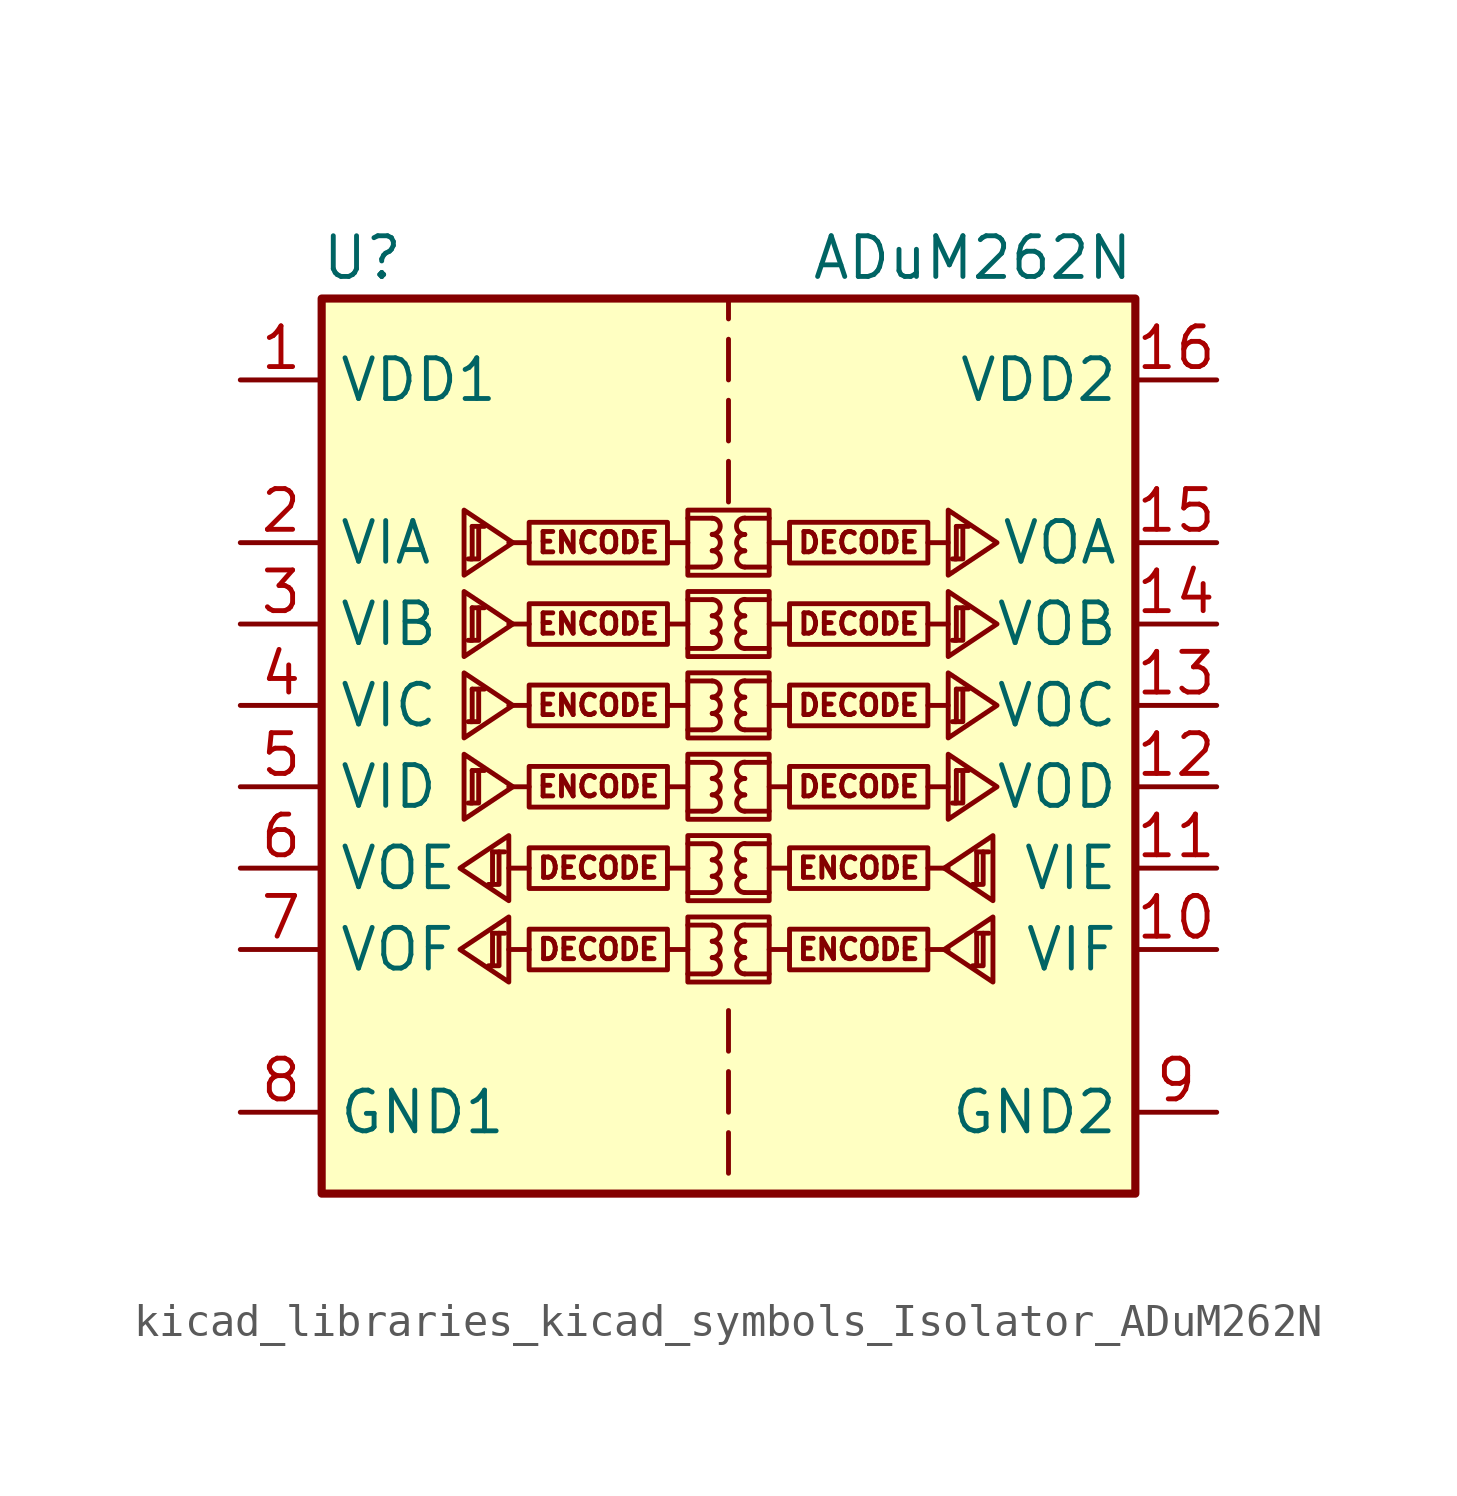
<source format=kicad_sym>
(kicad_symbol_lib
  (version 20220914)
  (generator kicad_symbol_editor)
  (symbol "kicad_libraries_kicad_symbols_Isolator_ADuM262N"
    (property "Reference" "U"
      (at -11.43 16.51 0)
      (effects (font (size 1.27 1.27))))
    (property "Value" "ADuM262N"
      (at 7.62 16.51 0)
      (effects (font (size 1.27 1.27))))
    (symbol "kicad_libraries_kicad_symbols_Isolator_ADuM262N_1_0"
      (rectangle (start -1.27 -4.064) (end 1.27 -6.096) (stroke (width 0) (type default)) (fill (type none)))
      (rectangle (start -1.27 -1.524) (end 1.27 -3.556) (stroke (width 0) (type default)) (fill (type none)))
      (rectangle (start -1.27 1.016) (end 1.27 -1.016) (stroke (width 0) (type default)) (fill (type none)))
      (rectangle (start -1.27 3.556) (end 1.27 1.524) (stroke (width 0) (type default)) (fill (type none)))
      (rectangle (start -1.27 6.096) (end 1.27 4.064) (stroke (width 0) (type default)) (fill (type none)))
      (rectangle (start -1.27 8.636) (end 1.27 6.604) (stroke (width 0) (type default)) (fill (type none)))
      (arc (start -0.508 -5.842) (mid -0.2551 -5.588) (end -0.508 -5.334) (stroke (width 0) (type default)) (fill (type none)))
      (arc (start -0.508 -5.334) (mid -0.2551 -5.08) (end -0.508 -4.826) (stroke (width 0) (type default)) (fill (type none)))
      (arc (start -0.508 -4.826) (mid -0.2551 -4.572) (end -0.508 -4.318) (stroke (width 0) (type default)) (fill (type none)))
      (arc (start -0.508 -3.302) (mid -0.2551 -3.048) (end -0.508 -2.794) (stroke (width 0) (type default)) (fill (type none)))
      (arc (start -0.508 -2.794) (mid -0.2551 -2.54) (end -0.508 -2.286) (stroke (width 0) (type default)) (fill (type none)))
      (arc (start -0.508 -2.286) (mid -0.2551 -2.032) (end -0.508 -1.778) (stroke (width 0) (type default)) (fill (type none)))
      (arc (start -0.508 -0.762) (mid -0.2551 -0.508) (end -0.508 -0.254) (stroke (width 0) (type default)) (fill (type none)))
      (arc (start -0.508 -0.254) (mid -0.2551 0) (end -0.508 0.254) (stroke (width 0) (type default)) (fill (type none)))
      (arc (start -0.508 0.254) (mid -0.2551 0.508) (end -0.508 0.762) (stroke (width 0) (type default)) (fill (type none)))
      (arc (start -0.508 1.778) (mid -0.2551 2.032) (end -0.508 2.286) (stroke (width 0) (type default)) (fill (type none)))
      (arc (start -0.508 2.286) (mid -0.2551 2.54) (end -0.508 2.794) (stroke (width 0) (type default)) (fill (type none)))
      (arc (start -0.508 2.794) (mid -0.2551 3.048) (end -0.508 3.302) (stroke (width 0) (type default)) (fill (type none)))
      (arc (start -0.508 4.318) (mid -0.2551 4.572) (end -0.508 4.826) (stroke (width 0) (type default)) (fill (type none)))
      (arc (start -0.508 4.826) (mid -0.2551 5.08) (end -0.508 5.334) (stroke (width 0) (type default)) (fill (type none)))
      (arc (start -0.508 5.334) (mid -0.2551 5.588) (end -0.508 5.842) (stroke (width 0) (type default)) (fill (type none)))
      (arc (start -0.508 6.858) (mid -0.2551 7.112) (end -0.508 7.366) (stroke (width 0) (type default)) (fill (type none)))
      (arc (start -0.508 7.366) (mid -0.2551 7.62) (end -0.508 7.874) (stroke (width 0) (type default)) (fill (type none)))
      (arc (start -0.508 7.874) (mid -0.2551 8.128) (end -0.508 8.382) (stroke (width 0) (type default)) (fill (type none)))
      (polyline (pts (xy -6.223 -5.08) (xy -6.858 -5.08)) (stroke (width 0) (type default)) (fill (type none)))
      (polyline (pts (xy -6.223 -2.54) (xy -6.858 -2.54)) (stroke (width 0) (type default)) (fill (type none)))
      (polyline (pts (xy -6.223 0) (xy -6.858 0)) (stroke (width 0) (type default)) (fill (type none)))
      (polyline (pts (xy -6.223 2.54) (xy -6.858 2.54)) (stroke (width 0) (type default)) (fill (type none)))
      (polyline (pts (xy -6.223 5.08) (xy -6.858 5.08)) (stroke (width 0) (type default)) (fill (type none)))
      (polyline (pts (xy -6.223 7.62) (xy -6.858 7.62)) (stroke (width 0) (type default)) (fill (type none)))
      (polyline (pts (xy -1.905 -5.08) (xy -1.27 -5.08)) (stroke (width 0) (type default)) (fill (type none)))
      (polyline (pts (xy -1.905 -2.54) (xy -1.27 -2.54)) (stroke (width 0) (type default)) (fill (type none)))
      (polyline (pts (xy -1.905 0) (xy -1.27 0)) (stroke (width 0) (type default)) (fill (type none)))
      (polyline (pts (xy -1.905 2.54) (xy -1.27 2.54)) (stroke (width 0) (type default)) (fill (type none)))
      (polyline (pts (xy -1.905 5.08) (xy -1.27 5.08)) (stroke (width 0) (type default)) (fill (type none)))
      (polyline (pts (xy -1.905 7.62) (xy -1.27 7.62)) (stroke (width 0) (type default)) (fill (type none)))
      (polyline (pts (xy -1.27 -5.842) (xy -0.508 -5.842)) (stroke (width 0) (type default)) (fill (type none)))
      (polyline (pts (xy -1.27 -4.318) (xy -0.508 -4.318)) (stroke (width 0) (type default)) (fill (type none)))
      (polyline (pts (xy -1.27 -3.302) (xy -0.508 -3.302)) (stroke (width 0) (type default)) (fill (type none)))
      (polyline (pts (xy -1.27 -1.778) (xy -0.508 -1.778)) (stroke (width 0) (type default)) (fill (type none)))
      (polyline (pts (xy -1.27 -0.762) (xy -0.508 -0.762)) (stroke (width 0) (type default)) (fill (type none)))
      (polyline (pts (xy -1.27 0.762) (xy -0.508 0.762)) (stroke (width 0) (type default)) (fill (type none)))
      (polyline (pts (xy -1.27 1.778) (xy -0.508 1.778)) (stroke (width 0) (type default)) (fill (type none)))
      (polyline (pts (xy -1.27 3.302) (xy -0.508 3.302)) (stroke (width 0) (type default)) (fill (type none)))
      (polyline (pts (xy -1.27 4.318) (xy -0.508 4.318)) (stroke (width 0) (type default)) (fill (type none)))
      (polyline (pts (xy -1.27 5.842) (xy -0.508 5.842)) (stroke (width 0) (type default)) (fill (type none)))
      (polyline (pts (xy -1.27 6.858) (xy -0.508 6.858)) (stroke (width 0) (type default)) (fill (type none)))
      (polyline (pts (xy -1.27 8.382) (xy -0.508 8.382)) (stroke (width 0) (type default)) (fill (type none)))
      (polyline (pts (xy 0 -10.795) (xy 0 -12.065)) (stroke (width 0) (type default)) (fill (type none)))
      (polyline (pts (xy 0 -8.89) (xy 0 -10.16)) (stroke (width 0) (type default)) (fill (type none)))
      (polyline (pts (xy 0 -6.985) (xy 0 -8.255)) (stroke (width 0) (type default)) (fill (type none)))
      (polyline (pts (xy 0 8.89) (xy 0 10.16)) (stroke (width 0) (type default)) (fill (type none)))
      (polyline (pts (xy 0 10.795) (xy 0 12.065)) (stroke (width 0) (type default)) (fill (type none)))
      (polyline (pts (xy 0 12.7) (xy 0 13.97)) (stroke (width 0) (type default)) (fill (type none)))
      (polyline (pts (xy 0 15.24) (xy 0 14.605)) (stroke (width 0) (type default)) (fill (type none)))
      (polyline (pts (xy 1.27 -5.842) (xy 0.508 -5.842)) (stroke (width 0) (type default)) (fill (type none)))
      (polyline (pts (xy 1.27 -4.318) (xy 0.508 -4.318)) (stroke (width 0) (type default)) (fill (type none)))
      (polyline (pts (xy 1.27 -3.302) (xy 0.508 -3.302)) (stroke (width 0) (type default)) (fill (type none)))
      (polyline (pts (xy 1.27 -1.778) (xy 0.508 -1.778)) (stroke (width 0) (type default)) (fill (type none)))
      (polyline (pts (xy 1.27 -0.762) (xy 0.508 -0.762)) (stroke (width 0) (type default)) (fill (type none)))
      (polyline (pts (xy 1.27 0.762) (xy 0.508 0.762)) (stroke (width 0) (type default)) (fill (type none)))
      (polyline (pts (xy 1.27 1.778) (xy 0.508 1.778)) (stroke (width 0) (type default)) (fill (type none)))
      (polyline (pts (xy 1.27 3.302) (xy 0.508 3.302)) (stroke (width 0) (type default)) (fill (type none)))
      (polyline (pts (xy 1.27 4.318) (xy 0.508 4.318)) (stroke (width 0) (type default)) (fill (type none)))
      (polyline (pts (xy 1.27 5.842) (xy 0.508 5.842)) (stroke (width 0) (type default)) (fill (type none)))
      (polyline (pts (xy 1.27 6.858) (xy 0.508 6.858)) (stroke (width 0) (type default)) (fill (type none)))
      (polyline (pts (xy 1.27 8.382) (xy 0.508 8.382)) (stroke (width 0) (type default)) (fill (type none)))
      (polyline (pts (xy 1.905 -5.08) (xy 1.27 -5.08)) (stroke (width 0) (type default)) (fill (type none)))
      (polyline (pts (xy 1.905 -2.54) (xy 1.27 -2.54)) (stroke (width 0) (type default)) (fill (type none)))
      (polyline (pts (xy 1.905 0) (xy 1.27 0)) (stroke (width 0) (type default)) (fill (type none)))
      (polyline (pts (xy 1.905 2.54) (xy 1.27 2.54)) (stroke (width 0) (type default)) (fill (type none)))
      (polyline (pts (xy 1.905 5.08) (xy 1.27 5.08)) (stroke (width 0) (type default)) (fill (type none)))
      (polyline (pts (xy 1.905 7.62) (xy 1.27 7.62)) (stroke (width 0) (type default)) (fill (type none)))
      (polyline (pts (xy 6.223 -5.08) (xy 6.858 -5.08)) (stroke (width 0) (type default)) (fill (type none)))
      (polyline (pts (xy 6.223 -2.54) (xy 6.858 -2.54)) (stroke (width 0) (type default)) (fill (type none)))
      (polyline (pts (xy 6.223 0) (xy 6.858 0)) (stroke (width 0) (type default)) (fill (type none)))
      (polyline (pts (xy 6.223 2.54) (xy 6.858 2.54)) (stroke (width 0) (type default)) (fill (type none)))
      (polyline (pts (xy 6.223 5.08) (xy 6.858 5.08)) (stroke (width 0) (type default)) (fill (type none)))
      (polyline (pts (xy 6.223 7.62) (xy 6.858 7.62)) (stroke (width 0) (type default)) (fill (type none)))
      (arc (start 0.508 -5.334) (mid 0.2551 -5.588) (end 0.508 -5.842) (stroke (width 0) (type default)) (fill (type none)))
      (arc (start 0.508 -4.826) (mid 0.2551 -5.08) (end 0.508 -5.334) (stroke (width 0) (type default)) (fill (type none)))
      (arc (start 0.508 -4.318) (mid 0.2551 -4.572) (end 0.508 -4.826) (stroke (width 0) (type default)) (fill (type none)))
      (arc (start 0.508 -2.794) (mid 0.2551 -3.048) (end 0.508 -3.302) (stroke (width 0) (type default)) (fill (type none)))
      (arc (start 0.508 -2.286) (mid 0.2551 -2.54) (end 0.508 -2.794) (stroke (width 0) (type default)) (fill (type none)))
      (arc (start 0.508 -1.778) (mid 0.2551 -2.032) (end 0.508 -2.286) (stroke (width 0) (type default)) (fill (type none)))
      (arc (start 0.508 -0.254) (mid 0.2551 -0.508) (end 0.508 -0.762) (stroke (width 0) (type default)) (fill (type none)))
      (arc (start 0.508 0.254) (mid 0.2551 0) (end 0.508 -0.254) (stroke (width 0) (type default)) (fill (type none)))
      (arc (start 0.508 0.762) (mid 0.2551 0.508) (end 0.508 0.254) (stroke (width 0) (type default)) (fill (type none)))
      (arc (start 0.508 2.286) (mid 0.2551 2.032) (end 0.508 1.778) (stroke (width 0) (type default)) (fill (type none)))
      (arc (start 0.508 2.794) (mid 0.2551 2.54) (end 0.508 2.286) (stroke (width 0) (type default)) (fill (type none)))
      (arc (start 0.508 3.302) (mid 0.2551 3.048) (end 0.508 2.794) (stroke (width 0) (type default)) (fill (type none)))
      (arc (start 0.508 4.826) (mid 0.2551 4.572) (end 0.508 4.318) (stroke (width 0) (type default)) (fill (type none)))
      (arc (start 0.508 5.334) (mid 0.2551 5.08) (end 0.508 4.826) (stroke (width 0) (type default)) (fill (type none)))
      (arc (start 0.508 5.842) (mid 0.2551 5.588) (end 0.508 5.334) (stroke (width 0) (type default)) (fill (type none)))
      (arc (start 0.508 7.366) (mid 0.2551 7.112) (end 0.508 6.858) (stroke (width 0) (type default)) (fill (type none)))
      (arc (start 0.508 7.874) (mid 0.2551 7.62) (end 0.508 7.366) (stroke (width 0) (type default)) (fill (type none)))
      (arc (start 0.508 8.382) (mid 0.2551 8.128) (end 0.508 7.874) (stroke (width 0) (type default)) (fill (type none)))
      (rectangle (start 1.905 -4.445) (end 6.223 -5.715) (stroke (width 0) (type default)) (fill (type none)))
      (rectangle (start 1.905 -1.905) (end 6.223 -3.175) (stroke (width 0) (type default)) (fill (type none)))
      (rectangle (start 1.905 0.635) (end 6.223 -0.635) (stroke (width 0) (type default)) (fill (type none)))
      (rectangle (start 1.905 3.175) (end 6.223 1.905) (stroke (width 0) (type default)) (fill (type none)))
      (rectangle (start 1.905 5.715) (end 6.223 4.445) (stroke (width 0) (type default)) (fill (type none)))
      (rectangle (start 1.905 8.255) (end 6.223 6.985) (stroke (width 0) (type default)) (fill (type none)))
      (text "DECODE" (at -4.064 -5.08 0) (effects (font (size 0.635 0.635))))
      (text "DECODE" (at -4.064 -2.54 0) (effects (font (size 0.635 0.635))))
      (text "DECODE" (at 4.064 0 0) (effects (font (size 0.635 0.635))))
      (text "DECODE" (at 4.064 2.54 0) (effects (font (size 0.635 0.635))))
      (text "DECODE" (at 4.064 5.08 0) (effects (font (size 0.635 0.635))))
      (text "DECODE" (at 4.064 7.62 0) (effects (font (size 0.635 0.635))))
      (text "ENCODE" (at -4.064 0 0) (effects (font (size 0.635 0.635))))
      (text "ENCODE" (at -4.064 2.54 0) (effects (font (size 0.635 0.635))))
      (text "ENCODE" (at -4.064 5.08 0) (effects (font (size 0.635 0.635))))
      (text "ENCODE" (at -4.064 7.62 0) (effects (font (size 0.635 0.635))))
      (text "ENCODE" (at 4.064 -5.08 0) (effects (font (size 0.635 0.635))))
      (text "ENCODE" (at 4.064 -2.54 0) (effects (font (size 0.635 0.635)))))
    (symbol "kicad_libraries_kicad_symbols_Isolator_ADuM262N_1_1"
      (rectangle (start -12.7 15.24) (end 12.7 -12.7) (stroke (width 0.254) (type default)) (fill (type background)))
      (rectangle (start -1.905 -4.445) (end -6.223 -5.715) (stroke (width 0) (type default)) (fill (type none)))
      (rectangle (start -1.905 -1.905) (end -6.223 -3.175) (stroke (width 0) (type default)) (fill (type none)))
      (rectangle (start -1.905 0.635) (end -6.223 -0.635) (stroke (width 0) (type default)) (fill (type none)))
      (rectangle (start -1.905 3.175) (end -6.223 1.905) (stroke (width 0) (type default)) (fill (type none)))
      (rectangle (start -1.905 5.715) (end -6.223 4.445) (stroke (width 0) (type default)) (fill (type none)))
      (rectangle (start -1.905 8.255) (end -6.223 6.985) (stroke (width 0) (type default)) (fill (type none)))
      (polyline (pts (xy -8.001 0.508) (xy -7.62 0.508)) (stroke (width 0) (type default)) (fill (type none)))
      (polyline (pts (xy -8.001 3.048) (xy -7.62 3.048)) (stroke (width 0) (type default)) (fill (type none)))
      (polyline (pts (xy -8.001 5.588) (xy -7.62 5.588)) (stroke (width 0) (type default)) (fill (type none)))
      (polyline (pts (xy -8.001 8.128) (xy -7.62 8.128)) (stroke (width 0) (type default)) (fill (type none)))
      (polyline (pts (xy -7.366 -4.572) (xy -6.985 -4.572)) (stroke (width 0) (type default)) (fill (type none)))
      (polyline (pts (xy -7.366 -2.032) (xy -6.985 -2.032)) (stroke (width 0) (type default)) (fill (type none)))
      (polyline (pts (xy 7.112 0.508) (xy 7.493 0.508)) (stroke (width 0) (type default)) (fill (type none)))
      (polyline (pts (xy 7.112 3.048) (xy 7.493 3.048)) (stroke (width 0) (type default)) (fill (type none)))
      (polyline (pts (xy 7.112 5.588) (xy 7.493 5.588)) (stroke (width 0) (type default)) (fill (type none)))
      (polyline (pts (xy 7.112 8.128) (xy 7.493 8.128)) (stroke (width 0) (type default)) (fill (type none)))
      (polyline (pts (xy 7.747 -4.572) (xy 8.128 -4.572)) (stroke (width 0) (type default)) (fill (type none)))
      (polyline (pts (xy 7.747 -2.032) (xy 8.128 -2.032)) (stroke (width 0) (type default)) (fill (type none)))
      (polyline (pts (xy -8.052 -0.508) (xy -7.798 -0.508) (xy -7.798 0.508)) (stroke (width 0) (type default)) (fill (type none)))
      (polyline (pts (xy -8.052 2.032) (xy -7.798 2.032) (xy -7.798 3.048)) (stroke (width 0) (type default)) (fill (type none)))
      (polyline (pts (xy -8.052 4.572) (xy -7.798 4.572) (xy -7.798 5.588)) (stroke (width 0) (type default)) (fill (type none)))
      (polyline (pts (xy -8.052 7.112) (xy -7.798 7.112) (xy -7.798 8.128)) (stroke (width 0) (type default)) (fill (type none)))
      (polyline (pts (xy -8.001 0.508) (xy -8.001 -0.508) (xy -8.128 -0.508)) (stroke (width 0) (type default)) (fill (type none)))
      (polyline (pts (xy -8.001 3.048) (xy -8.001 2.032) (xy -8.128 2.032)) (stroke (width 0) (type default)) (fill (type none)))
      (polyline (pts (xy -8.001 5.588) (xy -8.001 4.572) (xy -8.128 4.572)) (stroke (width 0) (type default)) (fill (type none)))
      (polyline (pts (xy -8.001 8.128) (xy -8.001 7.112) (xy -8.128 7.112)) (stroke (width 0) (type default)) (fill (type none)))
      (polyline (pts (xy -7.417 -5.588) (xy -7.163 -5.588) (xy -7.163 -4.572)) (stroke (width 0) (type default)) (fill (type none)))
      (polyline (pts (xy -7.417 -3.048) (xy -7.163 -3.048) (xy -7.163 -2.032)) (stroke (width 0) (type default)) (fill (type none)))
      (polyline (pts (xy -7.366 -4.572) (xy -7.366 -5.588) (xy -7.493 -5.588)) (stroke (width 0) (type default)) (fill (type none)))
      (polyline (pts (xy -7.366 -2.032) (xy -7.366 -3.048) (xy -7.493 -3.048)) (stroke (width 0) (type default)) (fill (type none)))
      (polyline (pts (xy 7.061 -0.508) (xy 7.315 -0.508) (xy 7.315 0.508)) (stroke (width 0) (type default)) (fill (type none)))
      (polyline (pts (xy 7.061 2.032) (xy 7.315 2.032) (xy 7.315 3.048)) (stroke (width 0) (type default)) (fill (type none)))
      (polyline (pts (xy 7.061 4.572) (xy 7.315 4.572) (xy 7.315 5.588)) (stroke (width 0) (type default)) (fill (type none)))
      (polyline (pts (xy 7.061 7.112) (xy 7.315 7.112) (xy 7.315 8.128)) (stroke (width 0) (type default)) (fill (type none)))
      (polyline (pts (xy 7.112 0.508) (xy 7.112 -0.508) (xy 6.985 -0.508)) (stroke (width 0) (type default)) (fill (type none)))
      (polyline (pts (xy 7.112 3.048) (xy 7.112 2.032) (xy 6.985 2.032)) (stroke (width 0) (type default)) (fill (type none)))
      (polyline (pts (xy 7.112 5.588) (xy 7.112 4.572) (xy 6.985 4.572)) (stroke (width 0) (type default)) (fill (type none)))
      (polyline (pts (xy 7.112 8.128) (xy 7.112 7.112) (xy 6.985 7.112)) (stroke (width 0) (type default)) (fill (type none)))
      (polyline (pts (xy 7.696 -5.588) (xy 7.95 -5.588) (xy 7.95 -4.572)) (stroke (width 0) (type default)) (fill (type none)))
      (polyline (pts (xy 7.696 -3.048) (xy 7.95 -3.048) (xy 7.95 -2.032)) (stroke (width 0) (type default)) (fill (type none)))
      (polyline (pts (xy 7.747 -4.572) (xy 7.747 -5.588) (xy 7.62 -5.588)) (stroke (width 0) (type default)) (fill (type none)))
      (polyline (pts (xy 7.747 -2.032) (xy 7.747 -3.048) (xy 7.62 -3.048)) (stroke (width 0) (type default)) (fill (type none)))
      (polyline (pts (xy -8.382 -5.08) (xy -6.858 -4.064) (xy -6.858 -6.096) (xy -8.382 -5.08)) (stroke (width 0) (type default)) (fill (type none)))
      (polyline (pts (xy -8.382 -2.54) (xy -6.858 -1.524) (xy -6.858 -3.556) (xy -8.382 -2.54)) (stroke (width 0) (type default)) (fill (type none)))
      (polyline (pts (xy -6.731 0) (xy -8.255 1.016) (xy -8.255 -1.016) (xy -6.731 0)) (stroke (width 0) (type default)) (fill (type none)))
      (polyline (pts (xy -6.731 2.54) (xy -8.255 3.556) (xy -8.255 1.524) (xy -6.731 2.54)) (stroke (width 0) (type default)) (fill (type none)))
      (polyline (pts (xy -6.731 5.08) (xy -8.255 6.096) (xy -8.255 4.064) (xy -6.731 5.08)) (stroke (width 0) (type default)) (fill (type none)))
      (polyline (pts (xy -6.731 7.62) (xy -8.255 8.636) (xy -8.255 6.604) (xy -6.731 7.62)) (stroke (width 0) (type default)) (fill (type none)))
      (polyline (pts (xy 6.731 -5.08) (xy 8.255 -4.064) (xy 8.255 -6.096) (xy 6.731 -5.08)) (stroke (width 0) (type default)) (fill (type none)))
      (polyline (pts (xy 6.731 -2.54) (xy 8.255 -1.524) (xy 8.255 -3.556) (xy 6.731 -2.54)) (stroke (width 0) (type default)) (fill (type none)))
      (polyline (pts (xy 8.382 0) (xy 6.858 1.016) (xy 6.858 -1.016) (xy 8.382 0)) (stroke (width 0) (type default)) (fill (type none)))
      (polyline (pts (xy 8.382 2.54) (xy 6.858 3.556) (xy 6.858 1.524) (xy 8.382 2.54)) (stroke (width 0) (type default)) (fill (type none)))
      (polyline (pts (xy 8.382 5.08) (xy 6.858 6.096) (xy 6.858 4.064) (xy 8.382 5.08)) (stroke (width 0) (type default)) (fill (type none)))
      (polyline (pts (xy 8.382 7.62) (xy 6.858 8.636) (xy 6.858 6.604) (xy 8.382 7.62)) (stroke (width 0) (type default)) (fill (type none)))
      (pin power_in line (at -15.24 12.7 0) (length 2.54) (name "VDD1" (effects (font (size 1.27 1.27)))) (number "1" (effects (font (size 1.27 1.27)))))
      (pin input line (at 15.24 -5.08 180) (length 2.54) (name "VIF" (effects (font (size 1.27 1.27)))) (number "10" (effects (font (size 1.27 1.27)))))
      (pin input line (at 15.24 -2.54 180) (length 2.54) (name "VIE" (effects (font (size 1.27 1.27)))) (number "11" (effects (font (size 1.27 1.27)))))
      (pin output line (at 15.24 0 180) (length 2.54) (name "VOD" (effects (font (size 1.27 1.27)))) (number "12" (effects (font (size 1.27 1.27)))))
      (pin output line (at 15.24 2.54 180) (length 2.54) (name "VOC" (effects (font (size 1.27 1.27)))) (number "13" (effects (font (size 1.27 1.27)))))
      (pin output line (at 15.24 5.08 180) (length 2.54) (name "VOB" (effects (font (size 1.27 1.27)))) (number "14" (effects (font (size 1.27 1.27)))))
      (pin output line (at 15.24 7.62 180) (length 2.54) (name "VOA" (effects (font (size 1.27 1.27)))) (number "15" (effects (font (size 1.27 1.27)))))
      (pin power_in line (at 15.24 12.7 180) (length 2.54) (name "VDD2" (effects (font (size 1.27 1.27)))) (number "16" (effects (font (size 1.27 1.27)))))
      (pin input line (at -15.24 7.62 0) (length 2.54) (name "VIA" (effects (font (size 1.27 1.27)))) (number "2" (effects (font (size 1.27 1.27)))))
      (pin input line (at -15.24 5.08 0) (length 2.54) (name "VIB" (effects (font (size 1.27 1.27)))) (number "3" (effects (font (size 1.27 1.27)))))
      (pin input line (at -15.24 2.54 0) (length 2.54) (name "VIC" (effects (font (size 1.27 1.27)))) (number "4" (effects (font (size 1.27 1.27)))))
      (pin input line (at -15.24 0 0) (length 2.54) (name "VID" (effects (font (size 1.27 1.27)))) (number "5" (effects (font (size 1.27 1.27)))))
      (pin output line (at -15.24 -2.54 0) (length 2.54) (name "VOE" (effects (font (size 1.27 1.27)))) (number "6" (effects (font (size 1.27 1.27)))))
      (pin output line (at -15.24 -5.08 0) (length 2.54) (name "VOF" (effects (font (size 1.27 1.27)))) (number "7" (effects (font (size 1.27 1.27)))))
      (pin power_in line (at -15.24 -10.16 0) (length 2.54) (name "GND1" (effects (font (size 1.27 1.27)))) (number "8" (effects (font (size 1.27 1.27)))))
      (pin power_in line (at 15.24 -10.16 180) (length 2.54) (name "GND2" (effects (font (size 1.27 1.27)))) (number "9" (effects (font (size 1.27 1.27))))))))
</source>
